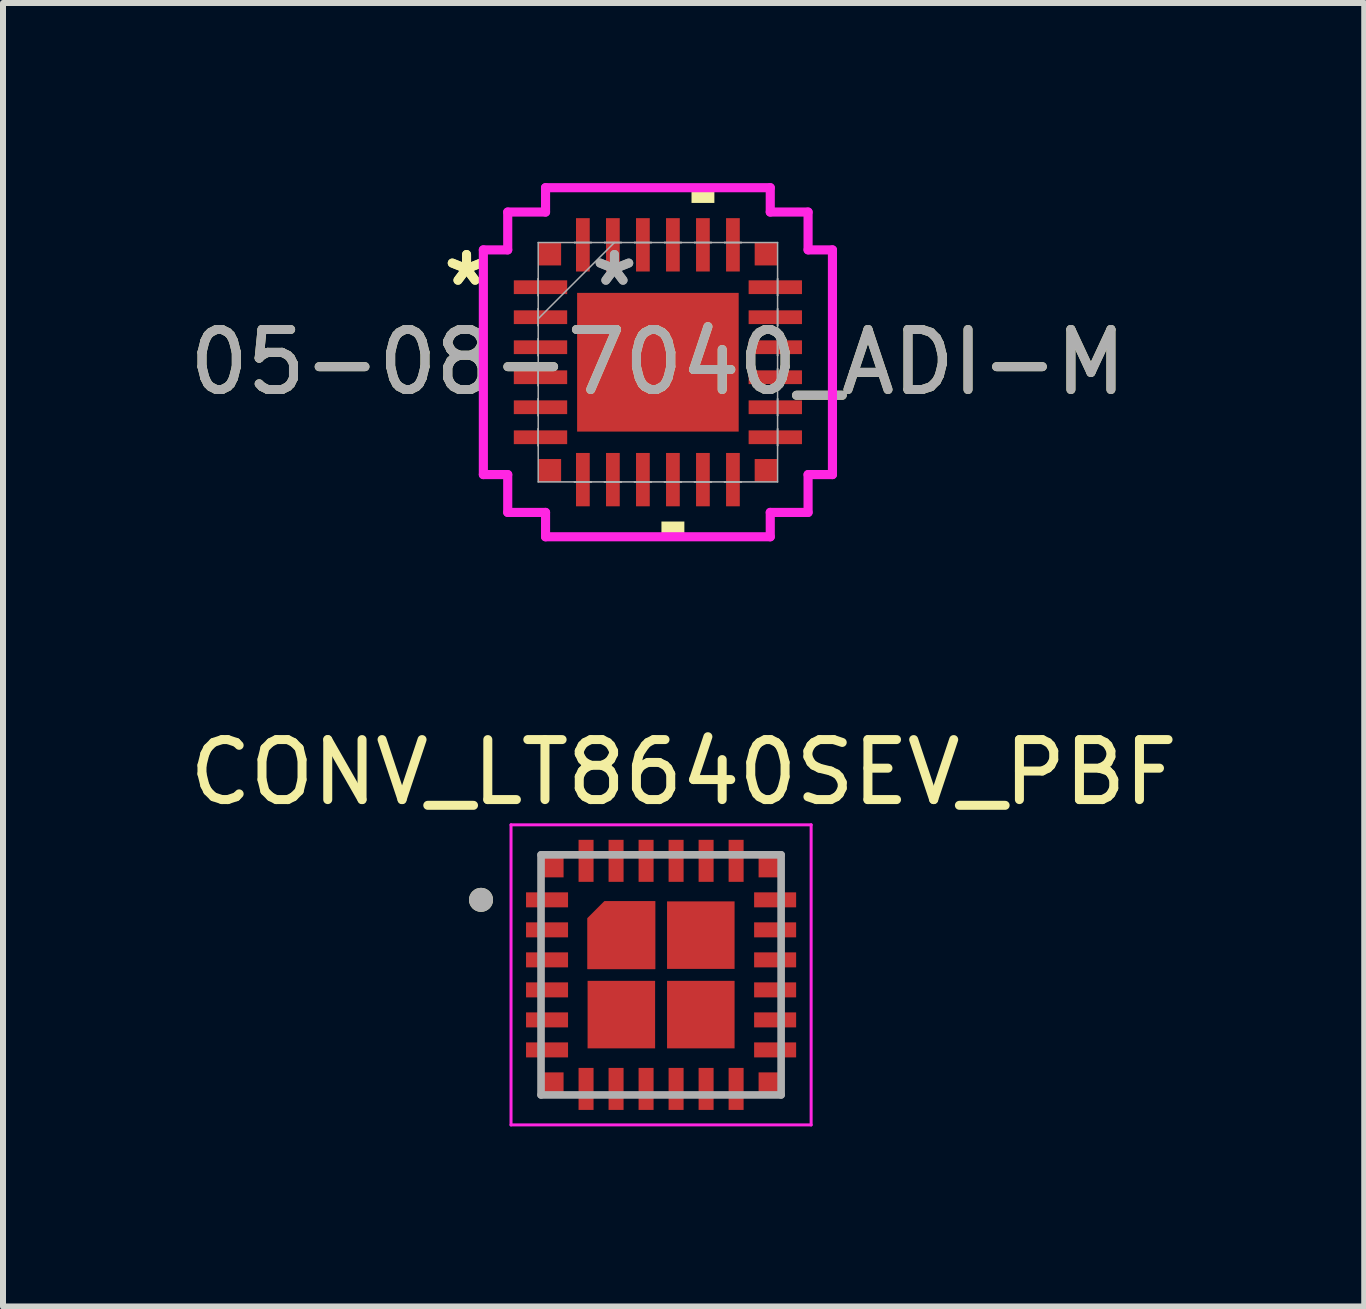
<source format=kicad_pcb>
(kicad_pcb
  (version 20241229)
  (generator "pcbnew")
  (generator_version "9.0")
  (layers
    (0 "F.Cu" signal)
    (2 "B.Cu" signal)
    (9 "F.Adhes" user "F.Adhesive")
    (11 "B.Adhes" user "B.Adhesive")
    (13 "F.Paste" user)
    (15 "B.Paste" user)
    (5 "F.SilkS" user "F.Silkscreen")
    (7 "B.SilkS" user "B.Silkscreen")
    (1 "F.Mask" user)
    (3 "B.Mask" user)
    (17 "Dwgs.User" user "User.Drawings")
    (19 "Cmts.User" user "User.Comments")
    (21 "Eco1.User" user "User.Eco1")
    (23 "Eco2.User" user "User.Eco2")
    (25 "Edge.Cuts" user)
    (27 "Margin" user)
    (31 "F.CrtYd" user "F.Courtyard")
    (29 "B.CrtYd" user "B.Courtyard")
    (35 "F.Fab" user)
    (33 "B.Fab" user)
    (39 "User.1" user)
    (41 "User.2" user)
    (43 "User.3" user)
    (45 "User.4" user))
  (footprint "05-08-7040_ADI-M"
    (layer "F.Cu")
    (at 7.911 2.985)
    (property "Reference" "05-08-7040_ADI-M" (at 0 0 0) (unlocked yes) (layer "F.SilkS") (effects (font (size 1 1) (thickness 0.15))))
    (attr smd)
    (fp_poly (pts (xy 0.059 2.654) (xy 0.059 2.908) (xy 0.441 2.908) (xy 0.441 2.654)) (stroke (width 0) (type solid)) (fill yes) (layer "F.SilkS"))
    (fp_poly (pts (xy 0.56 -2.654) (xy 0.56 -2.908) (xy 0.941 -2.908) (xy 0.941 -2.654)) (stroke (width 0) (type solid)) (fill yes) (layer "F.SilkS"))
    (fp_line (start -2.908 -1.872) (end -2.502 -1.872) (stroke (width 0.152) (type solid)) (layer "F.CrtYd"))
    (fp_line (start -2.908 1.872) (end -2.908 -1.872) (stroke (width 0.152) (type solid)) (layer "F.CrtYd"))
    (fp_line (start -2.502 -2.502) (end -1.872 -2.502) (stroke (width 0.152) (type solid)) (layer "F.CrtYd"))
    (fp_line (start -2.502 -1.872) (end -2.502 -2.502) (stroke (width 0.152) (type solid)) (layer "F.CrtYd"))
    (fp_line (start -2.502 1.872) (end -2.908 1.872) (stroke (width 0.152) (type solid)) (layer "F.CrtYd"))
    (fp_line (start -2.502 2.502) (end -2.502 1.872) (stroke (width 0.152) (type solid)) (layer "F.CrtYd"))
    (fp_line (start -1.872 -2.908) (end 1.872 -2.908) (stroke (width 0.152) (type solid)) (layer "F.CrtYd"))
    (fp_line (start -1.872 -2.502) (end -1.872 -2.908) (stroke (width 0.152) (type solid)) (layer "F.CrtYd"))
    (fp_line (start -1.872 2.502) (end -2.502 2.502) (stroke (width 0.152) (type solid)) (layer "F.CrtYd"))
    (fp_line (start -1.872 2.908) (end -1.872 2.502) (stroke (width 0.152) (type solid)) (layer "F.CrtYd"))
    (fp_line (start 1.872 -2.908) (end 1.872 -2.502) (stroke (width 0.152) (type solid)) (layer "F.CrtYd"))
    (fp_line (start 1.872 -2.502) (end 2.502 -2.502) (stroke (width 0.152) (type solid)) (layer "F.CrtYd"))
    (fp_line (start 1.872 2.502) (end 1.872 2.908) (stroke (width 0.152) (type solid)) (layer "F.CrtYd"))
    (fp_line (start 1.872 2.908) (end -1.872 2.908) (stroke (width 0.152) (type solid)) (layer "F.CrtYd"))
    (fp_line (start 2.502 -2.502) (end 2.502 -1.872) (stroke (width 0.152) (type solid)) (layer "F.CrtYd"))
    (fp_line (start 2.502 -1.872) (end 2.908 -1.872) (stroke (width 0.152) (type solid)) (layer "F.CrtYd"))
    (fp_line (start 2.502 1.872) (end 2.502 2.502) (stroke (width 0.152) (type solid)) (layer "F.CrtYd"))
    (fp_line (start 2.502 2.502) (end 1.872 2.502) (stroke (width 0.152) (type solid)) (layer "F.CrtYd"))
    (fp_line (start 2.908 -1.872) (end 2.908 1.872) (stroke (width 0.152) (type solid)) (layer "F.CrtYd"))
    (fp_line (start 2.908 1.872) (end 2.502 1.872) (stroke (width 0.152) (type solid)) (layer "F.CrtYd"))
    (fp_line (start -1.994 -1.994) (end -1.994 1.994) (stroke (width 0.025) (type solid)) (layer "F.Fab"))
    (fp_line (start -1.994 -1.39) (end -1.994 -1.39) (stroke (width 0.025) (type solid)) (layer "F.Fab"))
    (fp_line (start -1.994 -1.39) (end -1.994 -1.11) (stroke (width 0.025) (type solid)) (layer "F.Fab"))
    (fp_line (start -1.994 -1.11) (end -1.994 -1.39) (stroke (width 0.025) (type solid)) (layer "F.Fab"))
    (fp_line (start -1.994 -1.11) (end -1.994 -1.11) (stroke (width 0.025) (type solid)) (layer "F.Fab"))
    (fp_line (start -1.994 -0.89) (end -1.994 -0.89) (stroke (width 0.025) (type solid)) (layer "F.Fab"))
    (fp_line (start -1.994 -0.89) (end -1.994 -0.61) (stroke (width 0.025) (type solid)) (layer "F.Fab"))
    (fp_line (start -1.994 -0.724) (end -0.724 -1.994) (stroke (width 0.025) (type solid)) (layer "F.Fab"))
    (fp_line (start -1.994 -0.61) (end -1.994 -0.89) (stroke (width 0.025) (type solid)) (layer "F.Fab"))
    (fp_line (start -1.994 -0.61) (end -1.994 -0.61) (stroke (width 0.025) (type solid)) (layer "F.Fab"))
    (fp_line (start -1.994 -0.39) (end -1.994 -0.39) (stroke (width 0.025) (type solid)) (layer "F.Fab"))
    (fp_line (start -1.994 -0.39) (end -1.994 -0.11) (stroke (width 0.025) (type solid)) (layer "F.Fab"))
    (fp_line (start -1.994 -0.11) (end -1.994 -0.39) (stroke (width 0.025) (type solid)) (layer "F.Fab"))
    (fp_line (start -1.994 -0.11) (end -1.994 -0.11) (stroke (width 0.025) (type solid)) (layer "F.Fab"))
    (fp_line (start -1.994 0.11) (end -1.994 0.11) (stroke (width 0.025) (type solid)) (layer "F.Fab"))
    (fp_line (start -1.994 0.11) (end -1.994 0.39) (stroke (width 0.025) (type solid)) (layer "F.Fab"))
    (fp_line (start -1.994 0.39) (end -1.994 0.11) (stroke (width 0.025) (type solid)) (layer "F.Fab"))
    (fp_line (start -1.994 0.39) (end -1.994 0.39) (stroke (width 0.025) (type solid)) (layer "F.Fab"))
    (fp_line (start -1.994 0.61) (end -1.994 0.61) (stroke (width 0.025) (type solid)) (layer "F.Fab"))
    (fp_line (start -1.994 0.61) (end -1.994 0.89) (stroke (width 0.025) (type solid)) (layer "F.Fab"))
    (fp_line (start -1.994 0.89) (end -1.994 0.61) (stroke (width 0.025) (type solid)) (layer "F.Fab"))
    (fp_line (start -1.994 0.89) (end -1.994 0.89) (stroke (width 0.025) (type solid)) (layer "F.Fab"))
    (fp_line (start -1.994 1.11) (end -1.994 1.11) (stroke (width 0.025) (type solid)) (layer "F.Fab"))
    (fp_line (start -1.994 1.11) (end -1.994 1.39) (stroke (width 0.025) (type solid)) (layer "F.Fab"))
    (fp_line (start -1.994 1.39) (end -1.994 1.11) (stroke (width 0.025) (type solid)) (layer "F.Fab"))
    (fp_line (start -1.994 1.39) (end -1.994 1.39) (stroke (width 0.025) (type solid)) (layer "F.Fab"))
    (fp_line (start -1.994 1.994) (end 1.994 1.994) (stroke (width 0.025) (type solid)) (layer "F.Fab"))
    (fp_line (start -1.39 -1.994) (end -1.39 -1.994) (stroke (width 0.025) (type solid)) (layer "F.Fab"))
    (fp_line (start -1.39 -1.994) (end -1.11 -1.994) (stroke (width 0.025) (type solid)) (layer "F.Fab"))
    (fp_line (start -1.39 1.994) (end -1.39 1.994) (stroke (width 0.025) (type solid)) (layer "F.Fab"))
    (fp_line (start -1.39 1.994) (end -1.11 1.994) (stroke (width 0.025) (type solid)) (layer "F.Fab"))
    (fp_line (start -1.11 -1.994) (end -1.39 -1.994) (stroke (width 0.025) (type solid)) (layer "F.Fab"))
    (fp_line (start -1.11 -1.994) (end -1.11 -1.994) (stroke (width 0.025) (type solid)) (layer "F.Fab"))
    (fp_line (start -1.11 1.994) (end -1.39 1.994) (stroke (width 0.025) (type solid)) (layer "F.Fab"))
    (fp_line (start -1.11 1.994) (end -1.11 1.994) (stroke (width 0.025) (type solid)) (layer "F.Fab"))
    (fp_line (start -0.89 -1.994) (end -0.89 -1.994) (stroke (width 0.025) (type solid)) (layer "F.Fab"))
    (fp_line (start -0.89 -1.994) (end -0.61 -1.994) (stroke (width 0.025) (type solid)) (layer "F.Fab"))
    (fp_line (start -0.89 1.994) (end -0.89 1.994) (stroke (width 0.025) (type solid)) (layer "F.Fab"))
    (fp_line (start -0.89 1.994) (end -0.61 1.994) (stroke (width 0.025) (type solid)) (layer "F.Fab"))
    (fp_line (start -0.61 -1.994) (end -0.89 -1.994) (stroke (width 0.025) (type solid)) (layer "F.Fab"))
    (fp_line (start -0.61 -1.994) (end -0.61 -1.994) (stroke (width 0.025) (type solid)) (layer "F.Fab"))
    (fp_line (start -0.61 1.994) (end -0.89 1.994) (stroke (width 0.025) (type solid)) (layer "F.Fab"))
    (fp_line (start -0.61 1.994) (end -0.61 1.994) (stroke (width 0.025) (type solid)) (layer "F.Fab"))
    (fp_line (start -0.39 -1.994) (end -0.39 -1.994) (stroke (width 0.025) (type solid)) (layer "F.Fab"))
    (fp_line (start -0.39 -1.994) (end -0.11 -1.994) (stroke (width 0.025) (type solid)) (layer "F.Fab"))
    (fp_line (start -0.39 1.994) (end -0.39 1.994) (stroke (width 0.025) (type solid)) (layer "F.Fab"))
    (fp_line (start -0.39 1.994) (end -0.11 1.994) (stroke (width 0.025) (type solid)) (layer "F.Fab"))
    (fp_line (start -0.11 -1.994) (end -0.39 -1.994) (stroke (width 0.025) (type solid)) (layer "F.Fab"))
    (fp_line (start -0.11 -1.994) (end -0.11 -1.994) (stroke (width 0.025) (type solid)) (layer "F.Fab"))
    (fp_line (start -0.11 1.994) (end -0.39 1.994) (stroke (width 0.025) (type solid)) (layer "F.Fab"))
    (fp_line (start -0.11 1.994) (end -0.11 1.994) (stroke (width 0.025) (type solid)) (layer "F.Fab"))
    (fp_line (start 0.11 -1.994) (end 0.11 -1.994) (stroke (width 0.025) (type solid)) (layer "F.Fab"))
    (fp_line (start 0.11 -1.994) (end 0.39 -1.994) (stroke (width 0.025) (type solid)) (layer "F.Fab"))
    (fp_line (start 0.11 1.994) (end 0.11 1.994) (stroke (width 0.025) (type solid)) (layer "F.Fab"))
    (fp_line (start 0.11 1.994) (end 0.39 1.994) (stroke (width 0.025) (type solid)) (layer "F.Fab"))
    (fp_line (start 0.39 -1.994) (end 0.11 -1.994) (stroke (width 0.025) (type solid)) (layer "F.Fab"))
    (fp_line (start 0.39 -1.994) (end 0.39 -1.994) (stroke (width 0.025) (type solid)) (layer "F.Fab"))
    (fp_line (start 0.39 1.994) (end 0.11 1.994) (stroke (width 0.025) (type solid)) (layer "F.Fab"))
    (fp_line (start 0.39 1.994) (end 0.39 1.994) (stroke (width 0.025) (type solid)) (layer "F.Fab"))
    (fp_line (start 0.61 -1.994) (end 0.61 -1.994) (stroke (width 0.025) (type solid)) (layer "F.Fab"))
    (fp_line (start 0.61 -1.994) (end 0.89 -1.994) (stroke (width 0.025) (type solid)) (layer "F.Fab"))
    (fp_line (start 0.61 1.994) (end 0.61 1.994) (stroke (width 0.025) (type solid)) (layer "F.Fab"))
    (fp_line (start 0.61 1.994) (end 0.89 1.994) (stroke (width 0.025) (type solid)) (layer "F.Fab"))
    (fp_line (start 0.89 -1.994) (end 0.61 -1.994) (stroke (width 0.025) (type solid)) (layer "F.Fab"))
    (fp_line (start 0.89 -1.994) (end 0.89 -1.994) (stroke (width 0.025) (type solid)) (layer "F.Fab"))
    (fp_line (start 0.89 1.994) (end 0.61 1.994) (stroke (width 0.025) (type solid)) (layer "F.Fab"))
    (fp_line (start 0.89 1.994) (end 0.89 1.994) (stroke (width 0.025) (type solid)) (layer "F.Fab"))
    (fp_line (start 1.11 -1.994) (end 1.11 -1.994) (stroke (width 0.025) (type solid)) (layer "F.Fab"))
    (fp_line (start 1.11 -1.994) (end 1.39 -1.994) (stroke (width 0.025) (type solid)) (layer "F.Fab"))
    (fp_line (start 1.11 1.994) (end 1.11 1.994) (stroke (width 0.025) (type solid)) (layer "F.Fab"))
    (fp_line (start 1.11 1.994) (end 1.39 1.994) (stroke (width 0.025) (type solid)) (layer "F.Fab"))
    (fp_line (start 1.39 -1.994) (end 1.11 -1.994) (stroke (width 0.025) (type solid)) (layer "F.Fab"))
    (fp_line (start 1.39 -1.994) (end 1.39 -1.994) (stroke (width 0.025) (type solid)) (layer "F.Fab"))
    (fp_line (start 1.39 1.994) (end 1.11 1.994) (stroke (width 0.025) (type solid)) (layer "F.Fab"))
    (fp_line (start 1.39 1.994) (end 1.39 1.994) (stroke (width 0.025) (type solid)) (layer "F.Fab"))
    (fp_line (start 1.994 -1.994) (end -1.994 -1.994) (stroke (width 0.025) (type solid)) (layer "F.Fab"))
    (fp_line (start 1.994 -1.39) (end 1.994 -1.39) (stroke (width 0.025) (type solid)) (layer "F.Fab"))
    (fp_line (start 1.994 -1.39) (end 1.994 -1.11) (stroke (width 0.025) (type solid)) (layer "F.Fab"))
    (fp_line (start 1.994 -1.11) (end 1.994 -1.39) (stroke (width 0.025) (type solid)) (layer "F.Fab"))
    (fp_line (start 1.994 -1.11) (end 1.994 -1.11) (stroke (width 0.025) (type solid)) (layer "F.Fab"))
    (fp_line (start 1.994 -0.89) (end 1.994 -0.89) (stroke (width 0.025) (type solid)) (layer "F.Fab"))
    (fp_line (start 1.994 -0.89) (end 1.994 -0.61) (stroke (width 0.025) (type solid)) (layer "F.Fab"))
    (fp_line (start 1.994 -0.61) (end 1.994 -0.89) (stroke (width 0.025) (type solid)) (layer "F.Fab"))
    (fp_line (start 1.994 -0.61) (end 1.994 -0.61) (stroke (width 0.025) (type solid)) (layer "F.Fab"))
    (fp_line (start 1.994 -0.39) (end 1.994 -0.39) (stroke (width 0.025) (type solid)) (layer "F.Fab"))
    (fp_line (start 1.994 -0.39) (end 1.994 -0.11) (stroke (width 0.025) (type solid)) (layer "F.Fab"))
    (fp_line (start 1.994 -0.11) (end 1.994 -0.39) (stroke (width 0.025) (type solid)) (layer "F.Fab"))
    (fp_line (start 1.994 -0.11) (end 1.994 -0.11) (stroke (width 0.025) (type solid)) (layer "F.Fab"))
    (fp_line (start 1.994 0.11) (end 1.994 0.11) (stroke (width 0.025) (type solid)) (layer "F.Fab"))
    (fp_line (start 1.994 0.11) (end 1.994 0.39) (stroke (width 0.025) (type solid)) (layer "F.Fab"))
    (fp_line (start 1.994 0.39) (end 1.994 0.11) (stroke (width 0.025) (type solid)) (layer "F.Fab"))
    (fp_line (start 1.994 0.39) (end 1.994 0.39) (stroke (width 0.025) (type solid)) (layer "F.Fab"))
    (fp_line (start 1.994 0.61) (end 1.994 0.61) (stroke (width 0.025) (type solid)) (layer "F.Fab"))
    (fp_line (start 1.994 0.61) (end 1.994 0.89) (stroke (width 0.025) (type solid)) (layer "F.Fab"))
    (fp_line (start 1.994 0.89) (end 1.994 0.61) (stroke (width 0.025) (type solid)) (layer "F.Fab"))
    (fp_line (start 1.994 0.89) (end 1.994 0.89) (stroke (width 0.025) (type solid)) (layer "F.Fab"))
    (fp_line (start 1.994 1.11) (end 1.994 1.11) (stroke (width 0.025) (type solid)) (layer "F.Fab"))
    (fp_line (start 1.994 1.11) (end 1.994 1.39) (stroke (width 0.025) (type solid)) (layer "F.Fab"))
    (fp_line (start 1.994 1.39) (end 1.994 1.11) (stroke (width 0.025) (type solid)) (layer "F.Fab"))
    (fp_line (start 1.994 1.39) (end 1.994 1.39) (stroke (width 0.025) (type solid)) (layer "F.Fab"))
    (fp_line (start 1.994 1.994) (end 1.994 -1.994) (stroke (width 0.025) (type solid)) (layer "F.Fab"))
    (fp_text user "*" (at -3.188 -1.25 0) (unlocked yes) (layer "F.SilkS") (effects (font (size 1 1) (thickness 0.15))))
    (fp_text user "*" (at -3.188 -1.25 0) (layer "F.SilkS") (effects (font (size 1 1) (thickness 0.15))))
    (fp_text user "*" (at -0.724 -1.25 0) (unlocked yes) (layer "F.Fab") (effects (font (size 1 1) (thickness 0.15))))
    (fp_text user "*" (at -0.724 -1.25 0) (layer "F.Fab") (effects (font (size 1 1) (thickness 0.15))))
    (fp_text user "${REFERENCE}" (at 0 0 0) (unlocked yes) (layer "F.Fab") (effects (font (size 1 1) (thickness 0.15))))
    (pad "1" smd rect (at -1.956 -1.25 90) (size 0.229 0.889) (layers "F.Cu" "F.Mask" "F.Paste"))
    (pad "2" smd rect (at -1.956 -0.75 90) (size 0.229 0.889) (layers "F.Cu" "F.Mask" "F.Paste"))
    (pad "3" smd rect (at -1.956 -0.25 90) (size 0.229 0.889) (layers "F.Cu" "F.Mask" "F.Paste"))
    (pad "4" smd rect (at -1.956 0.25 90) (size 0.229 0.889) (layers "F.Cu" "F.Mask" "F.Paste"))
    (pad "5" smd rect (at -1.956 0.75 90) (size 0.229 0.889) (layers "F.Cu" "F.Mask" "F.Paste"))
    (pad "6" smd rect (at -1.956 1.25 90) (size 0.229 0.889) (layers "F.Cu" "F.Mask" "F.Paste"))
    (pad "7" smd rect (at -1.25 1.956) (size 0.229 0.889) (layers "F.Cu" "F.Mask" "F.Paste"))
    (pad "8" smd rect (at -0.75 1.956) (size 0.229 0.889) (layers "F.Cu" "F.Mask" "F.Paste"))
    (pad "9" smd rect (at -0.25 1.956) (size 0.229 0.889) (layers "F.Cu" "F.Mask" "F.Paste"))
    (pad "10" smd rect (at 0.25 1.956) (size 0.229 0.889) (layers "F.Cu" "F.Mask" "F.Paste"))
    (pad "11" smd rect (at 0.75 1.956) (size 0.229 0.889) (layers "F.Cu" "F.Mask" "F.Paste"))
    (pad "12" smd rect (at 1.25 1.956) (size 0.229 0.889) (layers "F.Cu" "F.Mask" "F.Paste"))
    (pad "13" smd rect (at 1.956 1.25 90) (size 0.229 0.889) (layers "F.Cu" "F.Mask" "F.Paste"))
    (pad "14" smd rect (at 1.956 0.75 90) (size 0.229 0.889) (layers "F.Cu" "F.Mask" "F.Paste"))
    (pad "15" smd rect (at 1.956 0.25 90) (size 0.229 0.889) (layers "F.Cu" "F.Mask" "F.Paste"))
    (pad "16" smd rect (at 1.956 -0.25 90) (size 0.229 0.889) (layers "F.Cu" "F.Mask" "F.Paste"))
    (pad "17" smd rect (at 1.956 -0.75 90) (size 0.229 0.889) (layers "F.Cu" "F.Mask" "F.Paste"))
    (pad "18" smd rect (at 1.956 -1.25 90) (size 0.229 0.889) (layers "F.Cu" "F.Mask" "F.Paste"))
    (pad "19" smd rect (at 1.25 -1.956) (size 0.229 0.889) (layers "F.Cu" "F.Mask" "F.Paste"))
    (pad "20" smd rect (at 0.75 -1.956) (size 0.229 0.889) (layers "F.Cu" "F.Mask" "F.Paste"))
    (pad "21" smd rect (at 0.25 -1.956) (size 0.229 0.889) (layers "F.Cu" "F.Mask" "F.Paste"))
    (pad "22" smd rect (at -0.25 -1.956) (size 0.229 0.889) (layers "F.Cu" "F.Mask" "F.Paste"))
    (pad "23" smd rect (at -0.75 -1.956) (size 0.229 0.889) (layers "F.Cu" "F.Mask" "F.Paste"))
    (pad "24" smd rect (at -1.25 -1.956) (size 0.229 0.889) (layers "F.Cu" "F.Mask" "F.Paste"))
    (pad "25" smd rect (at 0 0) (size 2.692 2.311) (layers "F.Cu" "F.Mask" "F.Paste"))
    (pad "26" smd rect (at -1.803 -1.803) (size 0.381 0.381) (layers "F.Cu" "F.Mask" "F.Paste"))
    (pad "27" smd rect (at -1.803 1.803) (size 0.381 0.381) (layers "F.Cu" "F.Mask" "F.Paste"))
    (pad "28" smd rect (at 1.803 1.803) (size 0.381 0.381) (layers "F.Cu" "F.Mask" "F.Paste"))
    (pad "29" smd rect (at 1.803 -1.803) (size 0.381 0.381) (layers "F.Cu" "F.Mask" "F.Paste")))
  (footprint "CONV_LT8640SEV_PBF"
    (layer "F.Cu")
    (at 7.964 13.192)
    (property "Reference" "CONV_LT8640SEV_PBF" (at 0.375 -3.375 0) (layer "F.SilkS") (effects (font (size 1 1) (thickness 0.15))))
    (attr smd)
    (fp_poly (pts (xy 0 0) (xy -1.325 0) (xy -1.325 -1.042) (xy -1.042 -1.325) (xy 0 -1.325)) (stroke (width 0.01) (type solid)) (fill yes) (layer "F.Mask"))
    (fp_circle (center -3 -1.25) (end -2.9 -1.25) (stroke (width 0.2) (type solid)) (fill no) (layer "F.SilkS"))
    (fp_poly (pts (xy -0.1 -0.1) (xy -1.225 -0.1) (xy -1.225 -0.942) (xy -0.942 -1.225) (xy -0.1 -1.225)) (stroke (width 0.01) (type solid)) (fill yes) (layer "F.Paste"))
    (fp_line (start -2.5 -2.5) (end -2.5 2.5) (stroke (width 0.05) (type solid)) (layer "F.CrtYd"))
    (fp_line (start -2.5 2.5) (end 2.5 2.5) (stroke (width 0.05) (type solid)) (layer "F.CrtYd"))
    (fp_line (start 2.5 -2.5) (end -2.5 -2.5) (stroke (width 0.05) (type solid)) (layer "F.CrtYd"))
    (fp_line (start 2.5 2.5) (end 2.5 -2.5) (stroke (width 0.05) (type solid)) (layer "F.CrtYd"))
    (fp_line (start -2 -2) (end -2 2) (stroke (width 0.127) (type solid)) (layer "F.Fab"))
    (fp_line (start -2 2) (end 2 2) (stroke (width 0.127) (type solid)) (layer "F.Fab"))
    (fp_line (start 2 -2) (end -2 -2) (stroke (width 0.127) (type solid)) (layer "F.Fab"))
    (fp_line (start 2 2) (end 2 -2) (stroke (width 0.127) (type solid)) (layer "F.Fab"))
    (fp_circle (center -3 -1.25) (end -2.9 -1.25) (stroke (width 0.2) (type solid)) (fill no) (layer "F.Fab"))
    (pad "1" smd rect (at -1.9 -1.25) (size 0.7 0.25) (layers "F.Cu" "F.Mask" "F.Paste"))
    (pad "2" smd rect (at -1.9 -0.75) (size 0.7 0.25) (layers "F.Cu" "F.Mask" "F.Paste"))
    (pad "3" smd rect (at -1.9 -0.25) (size 0.7 0.25) (layers "F.Cu" "F.Mask" "F.Paste"))
    (pad "4" smd rect (at -1.9 0.25) (size 0.7 0.25) (layers "F.Cu" "F.Mask" "F.Paste"))
    (pad "5" smd rect (at -1.9 0.75) (size 0.7 0.25) (layers "F.Cu" "F.Mask" "F.Paste"))
    (pad "6" smd rect (at -1.9 1.25) (size 0.7 0.25) (layers "F.Cu" "F.Mask" "F.Paste"))
    (pad "7" smd rect (at -1.25 1.9) (size 0.25 0.7) (layers "F.Cu" "F.Mask" "F.Paste"))
    (pad "8" smd rect (at -0.75 1.9) (size 0.25 0.7) (layers "F.Cu" "F.Mask" "F.Paste"))
    (pad "9" smd rect (at -0.25 1.9) (size 0.25 0.7) (layers "F.Cu" "F.Mask" "F.Paste"))
    (pad "10" smd rect (at 0.25 1.9) (size 0.25 0.7) (layers "F.Cu" "F.Mask" "F.Paste"))
    (pad "11" smd rect (at 0.75 1.9) (size 0.25 0.7) (layers "F.Cu" "F.Mask" "F.Paste"))
    (pad "12" smd rect (at 1.25 1.9) (size 0.25 0.7) (layers "F.Cu" "F.Mask" "F.Paste"))
    (pad "13" smd rect (at 1.9 1.25) (size 0.7 0.25) (layers "F.Cu" "F.Mask" "F.Paste"))
    (pad "14" smd rect (at 1.9 0.75) (size 0.7 0.25) (layers "F.Cu" "F.Mask" "F.Paste"))
    (pad "15" smd rect (at 1.9 0.25) (size 0.7 0.25) (layers "F.Cu" "F.Mask" "F.Paste"))
    (pad "16" smd rect (at 1.9 -0.25) (size 0.7 0.25) (layers "F.Cu" "F.Mask" "F.Paste"))
    (pad "17" smd rect (at 1.9 -0.75) (size 0.7 0.25) (layers "F.Cu" "F.Mask" "F.Paste"))
    (pad "18" smd rect (at 1.9 -1.25) (size 0.7 0.25) (layers "F.Cu" "F.Mask" "F.Paste"))
    (pad "19" smd rect (at 1.25 -1.9) (size 0.25 0.7) (layers "F.Cu" "F.Mask" "F.Paste"))
    (pad "20" smd rect (at 0.75 -1.9) (size 0.25 0.7) (layers "F.Cu" "F.Mask" "F.Paste"))
    (pad "21" smd rect (at 0.25 -1.9) (size 0.25 0.7) (layers "F.Cu" "F.Mask" "F.Paste"))
    (pad "22" smd rect (at -0.25 -1.9) (size 0.25 0.7) (layers "F.Cu" "F.Mask" "F.Paste"))
    (pad "23" smd rect (at -0.75 -1.9) (size 0.25 0.7) (layers "F.Cu" "F.Mask" "F.Paste"))
    (pad "24" smd rect (at -1.25 -1.9) (size 0.25 0.7) (layers "F.Cu" "F.Mask" "F.Paste"))
    (pad "25" smd custom (at -0.725 -0.725) (size 0.5 0.5) (layers "F.Cu") (options (anchor rect)) (primitives (gr_poly (pts (xy 0.625 0.625) (xy -0.5 0.625) (xy -0.5 -0.217) (xy -0.217 -0.5) (xy 0.625 -0.5)) (width 0.01) (fill yes))))
    (pad "26" smd rect (at 0.662 -0.662) (size 1.125 1.125) (layers "F.Cu" "F.Mask" "F.Paste"))
    (pad "27" smd rect (at -0.662 0.662) (size 1.125 1.125) (layers "F.Cu" "F.Mask" "F.Paste"))
    (pad "28" smd rect (at 0.662 0.662) (size 1.125 1.125) (layers "F.Cu" "F.Mask" "F.Paste"))
    (pad "29" smd rect (at -1.812 -1.812) (size 0.375 0.375) (layers "F.Cu" "F.Mask" "F.Paste"))
    (pad "30" smd rect (at 1.812 -1.812) (size 0.375 0.375) (layers "F.Cu" "F.Mask" "F.Paste"))
    (pad "31" smd rect (at -1.812 1.812) (size 0.375 0.375) (layers "F.Cu" "F.Mask" "F.Paste"))
    (pad "32" smd rect (at 1.812 1.812) (size 0.375 0.375) (layers "F.Cu" "F.Mask" "F.Paste")))
  (gr_rect
    (start -3 -3)
    (end 19.679 18.717)
    (stroke (width 0.1) (type default))
    (fill no)
    (layer "Edge.Cuts")))
</source>
